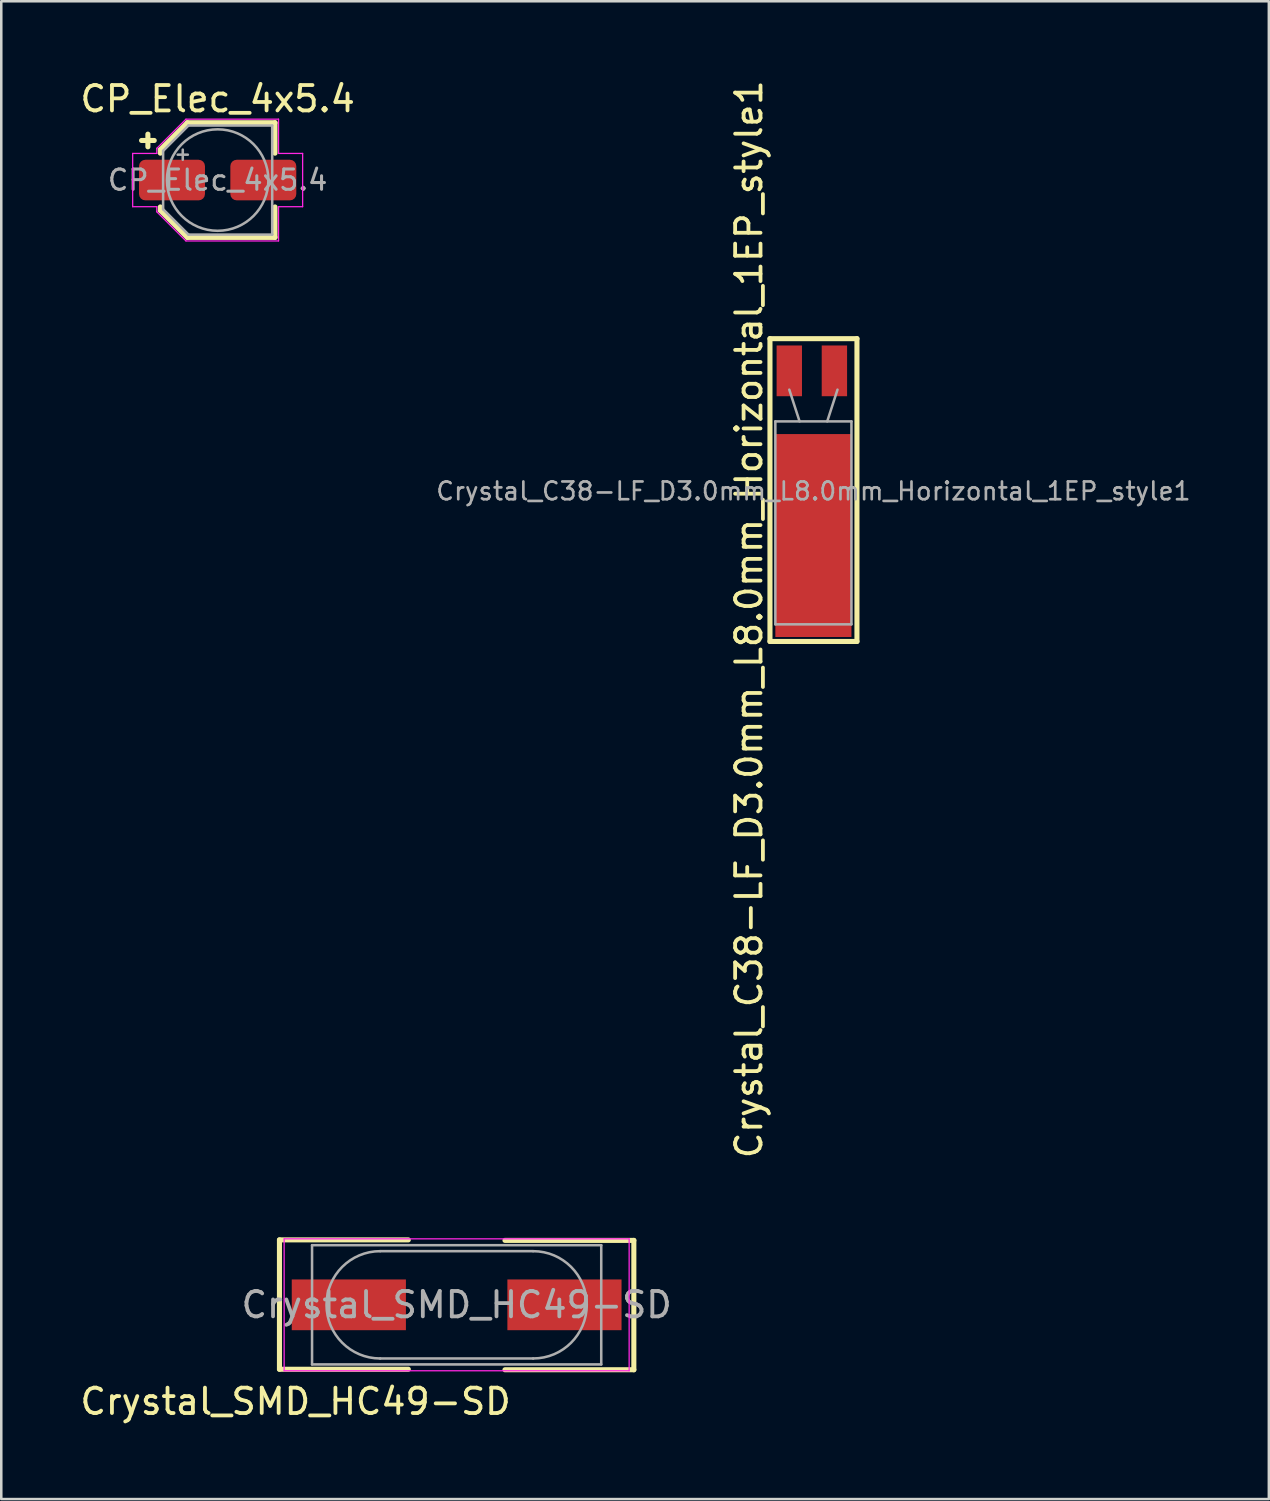
<source format=kicad_pcb>
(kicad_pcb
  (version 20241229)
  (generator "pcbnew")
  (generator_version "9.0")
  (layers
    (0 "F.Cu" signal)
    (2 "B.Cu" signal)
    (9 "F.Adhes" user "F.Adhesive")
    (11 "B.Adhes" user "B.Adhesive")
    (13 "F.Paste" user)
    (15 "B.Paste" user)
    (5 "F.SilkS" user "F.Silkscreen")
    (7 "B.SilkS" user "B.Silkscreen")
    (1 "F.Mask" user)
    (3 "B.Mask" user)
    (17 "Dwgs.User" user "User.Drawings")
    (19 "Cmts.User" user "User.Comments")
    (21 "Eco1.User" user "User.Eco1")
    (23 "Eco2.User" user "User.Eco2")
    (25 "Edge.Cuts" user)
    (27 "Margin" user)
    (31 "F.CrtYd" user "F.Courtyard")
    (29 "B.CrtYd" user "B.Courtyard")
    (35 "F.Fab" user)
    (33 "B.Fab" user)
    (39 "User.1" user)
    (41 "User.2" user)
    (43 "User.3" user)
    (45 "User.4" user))
  (footprint "CP_Elec_4x5.4"
    (layer "F.Cu")
    (at 5.53 4.048)
    (property "Reference" "CP_Elec_4x5.4" (at 0 -3.2 0) (layer "F.SilkS") (effects (font (size 1 1) (thickness 0.15))))
    (attr smd)
    (fp_line (start -3 -1.56) (end -2.5 -1.56) (stroke (width 0.2) (type solid)) (layer "F.SilkS"))
    (fp_line (start -2.75 -1.81) (end -2.75 -1.31) (stroke (width 0.2) (type solid)) (layer "F.SilkS"))
    (fp_line (start -2.26 -1.196) (end -2.26 -1.06) (stroke (width 0.2) (type solid)) (layer "F.SilkS"))
    (fp_line (start -2.26 -1.196) (end -1.196 -2.26) (stroke (width 0.2) (type solid)) (layer "F.SilkS"))
    (fp_line (start -2.26 1.196) (end -2.26 1.06) (stroke (width 0.2) (type solid)) (layer "F.SilkS"))
    (fp_line (start -2.26 1.196) (end -1.196 2.26) (stroke (width 0.2) (type solid)) (layer "F.SilkS"))
    (fp_line (start -1.196 -2.26) (end 2.26 -2.26) (stroke (width 0.2) (type solid)) (layer "F.SilkS"))
    (fp_line (start -1.196 2.26) (end 2.26 2.26) (stroke (width 0.2) (type solid)) (layer "F.SilkS"))
    (fp_line (start 2.26 -2.26) (end 2.26 -1.06) (stroke (width 0.2) (type solid)) (layer "F.SilkS"))
    (fp_line (start 2.26 2.26) (end 2.26 1.06) (stroke (width 0.2) (type solid)) (layer "F.SilkS"))
    (fp_line (start -3.35 -1.05) (end -3.35 1.05) (stroke (width 0.05) (type solid)) (layer "F.CrtYd"))
    (fp_line (start -3.35 1.05) (end -2.4 1.05) (stroke (width 0.05) (type solid)) (layer "F.CrtYd"))
    (fp_line (start -2.4 -1.25) (end -2.4 -1.05) (stroke (width 0.05) (type solid)) (layer "F.CrtYd"))
    (fp_line (start -2.4 -1.25) (end -1.25 -2.4) (stroke (width 0.05) (type solid)) (layer "F.CrtYd"))
    (fp_line (start -2.4 -1.05) (end -3.35 -1.05) (stroke (width 0.05) (type solid)) (layer "F.CrtYd"))
    (fp_line (start -2.4 1.05) (end -2.4 1.25) (stroke (width 0.05) (type solid)) (layer "F.CrtYd"))
    (fp_line (start -2.4 1.25) (end -1.25 2.4) (stroke (width 0.05) (type solid)) (layer "F.CrtYd"))
    (fp_line (start -1.25 -2.4) (end 2.4 -2.4) (stroke (width 0.05) (type solid)) (layer "F.CrtYd"))
    (fp_line (start -1.25 2.4) (end 2.4 2.4) (stroke (width 0.05) (type solid)) (layer "F.CrtYd"))
    (fp_line (start 2.4 -2.4) (end 2.4 -1.05) (stroke (width 0.05) (type solid)) (layer "F.CrtYd"))
    (fp_line (start 2.4 -1.05) (end 3.35 -1.05) (stroke (width 0.05) (type solid)) (layer "F.CrtYd"))
    (fp_line (start 2.4 1.05) (end 2.4 2.4) (stroke (width 0.05) (type solid)) (layer "F.CrtYd"))
    (fp_line (start 3.35 -1.05) (end 3.35 1.05) (stroke (width 0.05) (type solid)) (layer "F.CrtYd"))
    (fp_line (start 3.35 1.05) (end 2.4 1.05) (stroke (width 0.05) (type solid)) (layer "F.CrtYd"))
    (fp_line (start -2.15 -1.15) (end -2.15 1.15) (stroke (width 0.1) (type solid)) (layer "F.Fab"))
    (fp_line (start -2.15 -1.15) (end -1.15 -2.15) (stroke (width 0.1) (type solid)) (layer "F.Fab"))
    (fp_line (start -2.15 1.15) (end -1.15 2.15) (stroke (width 0.1) (type solid)) (layer "F.Fab"))
    (fp_line (start -1.575 -1) (end -1.175 -1) (stroke (width 0.1) (type solid)) (layer "F.Fab"))
    (fp_line (start -1.375 -1.2) (end -1.375 -0.8) (stroke (width 0.1) (type solid)) (layer "F.Fab"))
    (fp_line (start -1.15 -2.15) (end 2.15 -2.15) (stroke (width 0.1) (type solid)) (layer "F.Fab"))
    (fp_line (start -1.15 2.15) (end 2.15 2.15) (stroke (width 0.1) (type solid)) (layer "F.Fab"))
    (fp_line (start 2.15 -2.15) (end 2.15 2.15) (stroke (width 0.1) (type solid)) (layer "F.Fab"))
    (fp_circle (center 0 0) (end 2 0) (stroke (width 0.1) (type solid)) (fill no) (layer "F.Fab"))
    (fp_text user "${REFERENCE}" (at 0 0 0) (layer "F.Fab") (effects (font (size 0.8 0.8) (thickness 0.12))))
    (pad "1" smd roundrect (at -1.8 0) (size 2.6 1.6) (layers "F.Cu" "F.Mask" "F.Paste") (roundrect_rratio 0.156))
    (pad "2" smd roundrect (at 1.8 0) (size 2.6 1.6) (layers "F.Cu" "F.Mask" "F.Paste") (roundrect_rratio 0.156)))
  (footprint "Crystal_SMD_HC49-SD"
    (layer "F.Cu")
    (at 14.951 48.386)
    (property "Reference" "Crystal_SMD_HC49-SD" (at -6.35 3.81 180) (layer "F.SilkS") (effects (font (size 1 1) (thickness 0.15))))
    (attr smd)
    (fp_line (start -6.985 -2.56) (end -6.985 2.54) (stroke (width 0.2) (type solid)) (layer "F.SilkS"))
    (fp_line (start -6.985 -2.56) (end -1.905 -2.56) (stroke (width 0.2) (type solid)) (layer "F.SilkS"))
    (fp_line (start -6.985 2.54) (end -1.905 2.54) (stroke (width 0.2) (type solid)) (layer "F.SilkS"))
    (fp_line (start 6.985 -2.54) (end 1.905 -2.54) (stroke (width 0.2) (type solid)) (layer "F.SilkS"))
    (fp_line (start 6.985 2.56) (end 1.905 2.56) (stroke (width 0.2) (type solid)) (layer "F.SilkS"))
    (fp_line (start 6.985 2.56) (end 6.985 -2.54) (stroke (width 0.2) (type solid)) (layer "F.SilkS"))
    (fp_line (start -6.8 -2.6) (end -6.8 2.6) (stroke (width 0.05) (type solid)) (layer "F.CrtYd"))
    (fp_line (start -6.8 2.6) (end 6.8 2.6) (stroke (width 0.05) (type solid)) (layer "F.CrtYd"))
    (fp_line (start 6.8 -2.6) (end -6.8 -2.6) (stroke (width 0.05) (type solid)) (layer "F.CrtYd"))
    (fp_line (start 6.8 2.6) (end 6.8 -2.6) (stroke (width 0.05) (type solid)) (layer "F.CrtYd"))
    (fp_line (start -5.7 -2.35) (end -5.7 2.35) (stroke (width 0.1) (type solid)) (layer "F.Fab"))
    (fp_line (start -5.7 2.35) (end 5.7 2.35) (stroke (width 0.1) (type solid)) (layer "F.Fab"))
    (fp_line (start -3.015 -2.115) (end 3.015 -2.115) (stroke (width 0.1) (type solid)) (layer "F.Fab"))
    (fp_line (start -3.015 2.115) (end 3.015 2.115) (stroke (width 0.1) (type solid)) (layer "F.Fab"))
    (fp_line (start 5.7 -2.35) (end -5.7 -2.35) (stroke (width 0.1) (type solid)) (layer "F.Fab"))
    (fp_line (start 5.7 2.35) (end 5.7 -2.35) (stroke (width 0.1) (type solid)) (layer "F.Fab"))
    (fp_arc (start -3.015 2.115) (mid -5.13 0) (end -3.015 -2.115) (stroke (width 0.1) (type solid)) (layer "F.Fab"))
    (fp_arc (start 3.015 -2.115) (mid 5.13 0) (end 3.015 2.115) (stroke (width 0.1) (type solid)) (layer "F.Fab"))
    (fp_text user "${REFERENCE}" (at 0 0 180) (layer "F.Fab") (effects (font (size 1 1) (thickness 0.15))))
    (pad "1" smd rect (at -4.25 0) (size 4.5 2) (layers "F.Cu" "F.Mask" "F.Paste"))
    (pad "2" smd rect (at 4.25 0) (size 4.5 2) (layers "F.Cu" "F.Mask" "F.Paste")))
  (footprint "Crystal_C38-LF_D3.0mm_L8.0mm_Horizontal_1EP_style1"
    (layer "F.Cu")
    (at 29.334 16.649)
    (property "Reference" "Crystal_C38-LF_D3.0mm_L8.0mm_Horizontal_1EP_style1" (at -2.86 4.714 90) (layer "F.SilkS") (effects (font (size 1 1) (thickness 0.15))))
    (attr through_hole)
    (fp_line (start -2.032 -6.35) (end -2.032 5.588) (stroke (width 0.2) (type solid)) (layer "F.SilkS"))
    (fp_line (start -2.02 -2.788) (end -2.02 -3.288) (stroke (width 0.12) (type solid)) (layer "F.SilkS"))
    (fp_line (start 1.397 -6.35) (end -2.032 -6.35) (stroke (width 0.2) (type solid)) (layer "F.SilkS"))
    (fp_line (start 1.397 -6.35) (end 1.397 5.588) (stroke (width 0.2) (type solid)) (layer "F.SilkS"))
    (fp_line (start 1.397 5.588) (end -2.032 5.588) (stroke (width 0.2) (type solid)) (layer "F.SilkS"))
    (fp_line (start -1.82 -3.088) (end -1.82 4.912) (stroke (width 0.1) (type solid)) (layer "F.Fab"))
    (fp_line (start -1.82 4.912) (end 1.18 4.912) (stroke (width 0.1) (type solid)) (layer "F.Fab"))
    (fp_line (start -0.865 -3.088) (end -1.27 -4.338) (stroke (width 0.1) (type solid)) (layer "F.Fab"))
    (fp_line (start 0.225 -3.088) (end 0.63 -4.338) (stroke (width 0.1) (type solid)) (layer "F.Fab"))
    (fp_line (start 1.18 -3.088) (end -1.82 -3.088) (stroke (width 0.1) (type solid)) (layer "F.Fab"))
    (fp_line (start 1.18 4.912) (end 1.18 -3.088) (stroke (width 0.1) (type solid)) (layer "F.Fab"))
    (fp_text user "${REFERENCE}" (at -0.32 -0.338 0) (layer "F.Fab") (effects (font (size 0.7 0.7) (thickness 0.105))))
    (pad "1" smd trapezoid (at -1.27 -5.08) (size 1 2) (layers "F.Cu" "F.Mask" "F.Paste"))
    (pad "2" smd rect (at 0.508 -5.08) (size 1 2) (layers "F.Cu" "F.Mask" "F.Paste"))
    (pad "3" smd rect (at -0.32 1.412) (size 3 8) (layers "F.Cu" "F.Mask" "F.Paste")))
  (gr_rect
    (start -3 -3)
    (end 46.968 56.044)
    (stroke (width 0.1) (type default))
    (fill no)
    (layer "Edge.Cuts")))
</source>
